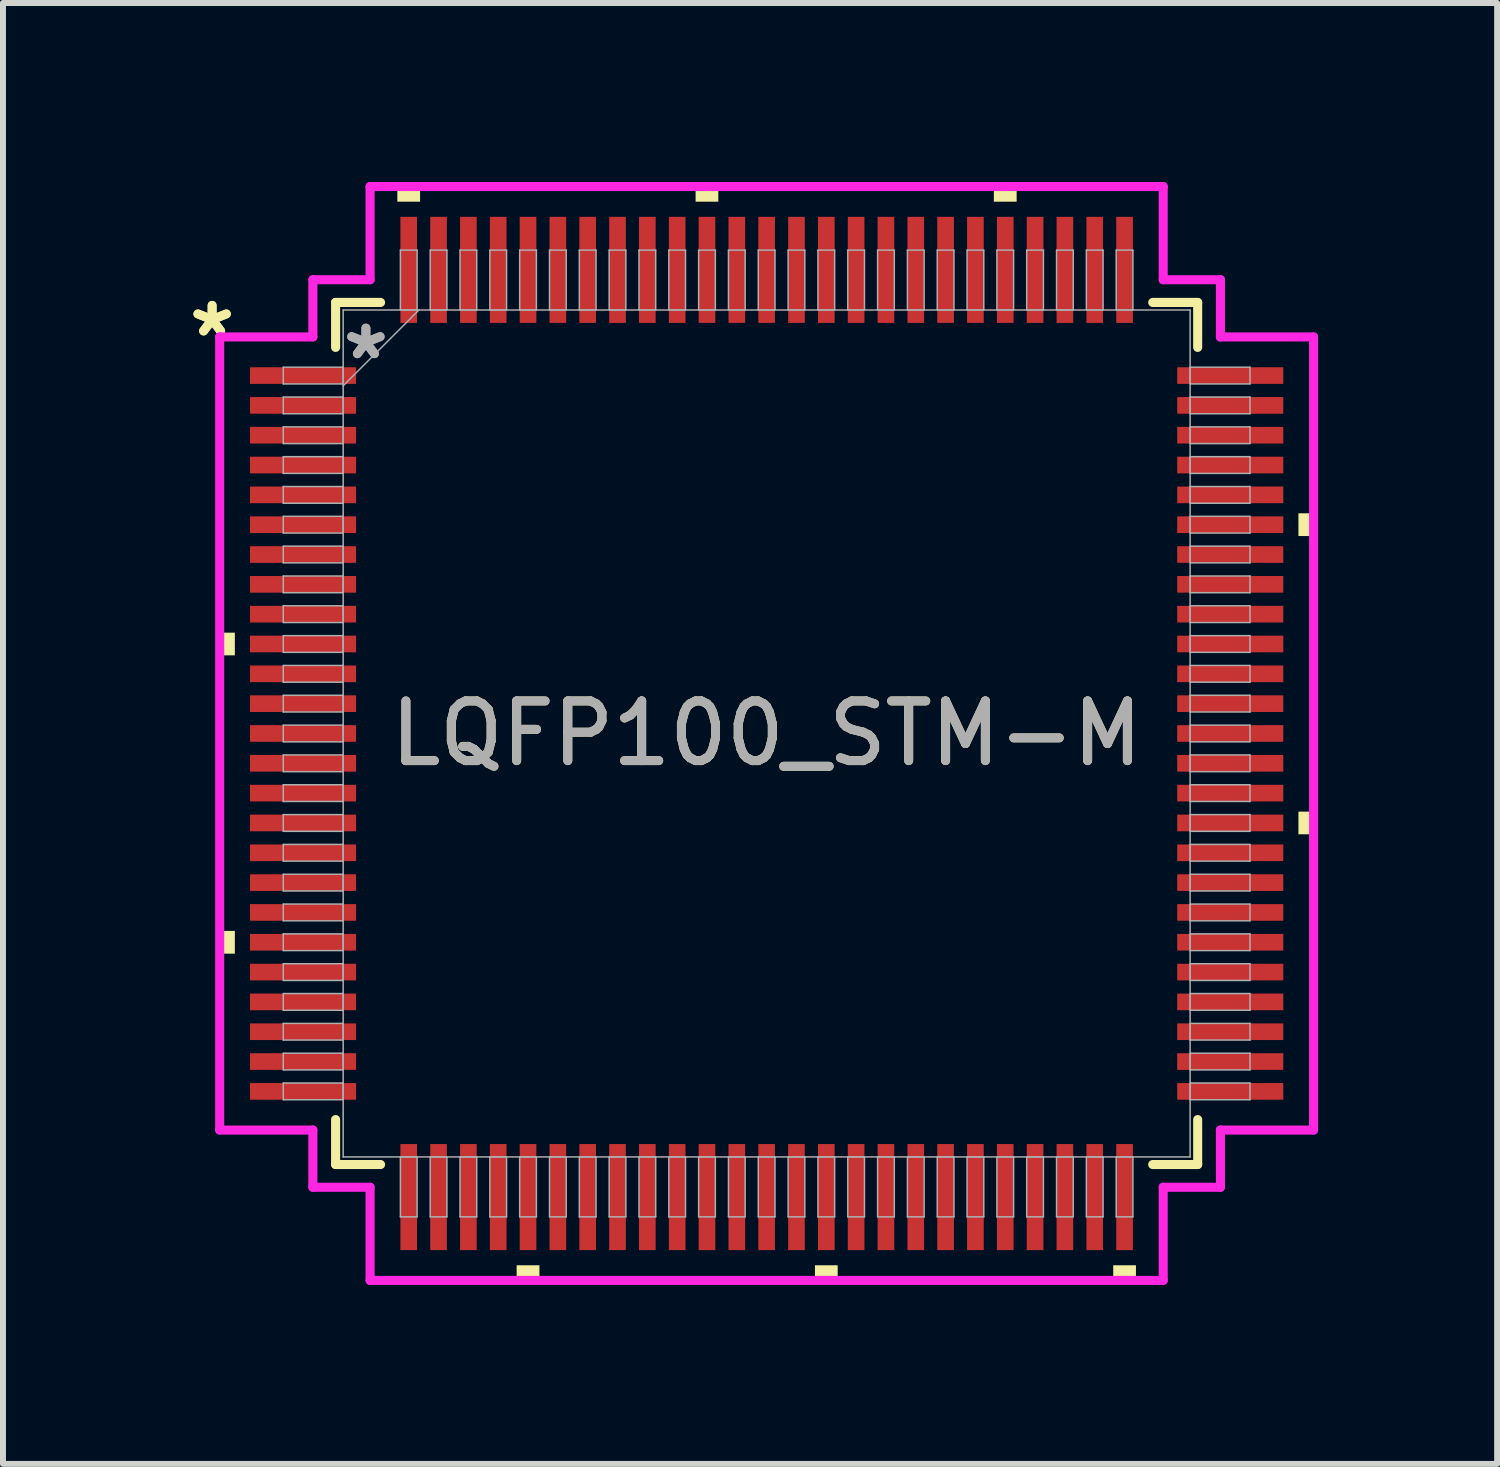
<source format=kicad_pcb>
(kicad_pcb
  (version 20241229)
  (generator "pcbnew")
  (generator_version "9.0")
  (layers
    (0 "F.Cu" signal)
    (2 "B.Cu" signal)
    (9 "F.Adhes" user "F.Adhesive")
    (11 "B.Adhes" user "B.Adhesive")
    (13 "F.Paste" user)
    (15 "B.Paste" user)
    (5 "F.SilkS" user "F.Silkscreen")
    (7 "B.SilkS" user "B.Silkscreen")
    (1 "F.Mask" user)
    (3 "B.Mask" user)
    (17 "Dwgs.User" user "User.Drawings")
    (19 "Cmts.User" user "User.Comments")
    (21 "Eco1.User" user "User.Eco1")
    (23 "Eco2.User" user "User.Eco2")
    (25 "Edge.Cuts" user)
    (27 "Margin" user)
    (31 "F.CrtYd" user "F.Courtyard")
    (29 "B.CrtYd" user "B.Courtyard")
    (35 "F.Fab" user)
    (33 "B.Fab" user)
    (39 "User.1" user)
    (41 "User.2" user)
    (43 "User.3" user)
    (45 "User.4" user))
  (footprint "LQFP100_STM-M"
    (layer "F.Cu")
    (at 9.802 9.246)
    (property "Reference" "LQFP100_STM-M" (at 0 0 0) (unlocked yes) (layer "F.SilkS") (effects (font (size 1 1) (thickness 0.15))))
    (attr smd)
    (fp_line (start -7.226 -7.226) (end -7.226 -6.472) (stroke (width 0.152) (type solid)) (layer "F.SilkS"))
    (fp_line (start -7.226 6.472) (end -7.226 7.226) (stroke (width 0.152) (type solid)) (layer "F.SilkS"))
    (fp_line (start -7.226 7.226) (end -6.472 7.226) (stroke (width 0.152) (type solid)) (layer "F.SilkS"))
    (fp_line (start -6.472 -7.226) (end -7.226 -7.226) (stroke (width 0.152) (type solid)) (layer "F.SilkS"))
    (fp_line (start 6.472 7.226) (end 7.226 7.226) (stroke (width 0.152) (type solid)) (layer "F.SilkS"))
    (fp_line (start 7.226 -7.226) (end 6.472 -7.226) (stroke (width 0.152) (type solid)) (layer "F.SilkS"))
    (fp_line (start 7.226 -6.472) (end 7.226 -7.226) (stroke (width 0.152) (type solid)) (layer "F.SilkS"))
    (fp_line (start 7.226 7.226) (end 7.226 6.472) (stroke (width 0.152) (type solid)) (layer "F.SilkS"))
    (fp_poly (pts (xy -9.169 -1.69) (xy -9.169 -1.31) (xy -8.915 -1.31) (xy -8.915 -1.69)) (stroke (width 0) (type solid)) (fill yes) (layer "F.SilkS"))
    (fp_poly (pts (xy -9.169 3.31) (xy -9.169 3.691) (xy -8.915 3.691) (xy -8.915 3.31)) (stroke (width 0) (type solid)) (fill yes) (layer "F.SilkS"))
    (fp_poly (pts (xy -6.191 -8.915) (xy -6.191 -9.169) (xy -5.81 -9.169) (xy -5.81 -8.915)) (stroke (width 0) (type solid)) (fill yes) (layer "F.SilkS"))
    (fp_poly (pts (xy -4.191 8.915) (xy -4.191 9.169) (xy -3.809 9.169) (xy -3.809 8.915)) (stroke (width 0) (type solid)) (fill yes) (layer "F.SilkS"))
    (fp_poly (pts (xy -1.191 -8.915) (xy -1.191 -9.169) (xy -0.81 -9.169) (xy -0.81 -8.915)) (stroke (width 0) (type solid)) (fill yes) (layer "F.SilkS"))
    (fp_poly (pts (xy 0.81 8.915) (xy 0.81 9.169) (xy 1.191 9.169) (xy 1.191 8.915)) (stroke (width 0) (type solid)) (fill yes) (layer "F.SilkS"))
    (fp_poly (pts (xy 3.809 -8.915) (xy 3.809 -9.169) (xy 4.191 -9.169) (xy 4.191 -8.915)) (stroke (width 0) (type solid)) (fill yes) (layer "F.SilkS"))
    (fp_poly (pts (xy 5.81 8.915) (xy 5.81 9.169) (xy 6.191 9.169) (xy 6.191 8.915)) (stroke (width 0) (type solid)) (fill yes) (layer "F.SilkS"))
    (fp_poly (pts (xy 9.169 -3.691) (xy 9.169 -3.31) (xy 8.915 -3.31) (xy 8.915 -3.691)) (stroke (width 0) (type solid)) (fill yes) (layer "F.SilkS"))
    (fp_poly (pts (xy 9.169 1.31) (xy 9.169 1.69) (xy 8.915 1.69) (xy 8.915 1.31)) (stroke (width 0) (type solid)) (fill yes) (layer "F.SilkS"))
    (fp_line (start -9.169 -6.648) (end -7.607 -6.648) (stroke (width 0.152) (type solid)) (layer "F.CrtYd"))
    (fp_line (start -9.169 6.648) (end -9.169 -6.648) (stroke (width 0.152) (type solid)) (layer "F.CrtYd"))
    (fp_line (start -7.607 -7.607) (end -6.648 -7.607) (stroke (width 0.152) (type solid)) (layer "F.CrtYd"))
    (fp_line (start -7.607 -6.648) (end -7.607 -7.607) (stroke (width 0.152) (type solid)) (layer "F.CrtYd"))
    (fp_line (start -7.607 6.648) (end -9.169 6.648) (stroke (width 0.152) (type solid)) (layer "F.CrtYd"))
    (fp_line (start -7.607 7.607) (end -7.607 6.648) (stroke (width 0.152) (type solid)) (layer "F.CrtYd"))
    (fp_line (start -7.607 7.607) (end -6.648 7.607) (stroke (width 0.152) (type solid)) (layer "F.CrtYd"))
    (fp_line (start -6.648 -9.169) (end 6.648 -9.169) (stroke (width 0.152) (type solid)) (layer "F.CrtYd"))
    (fp_line (start -6.648 -7.607) (end -6.648 -9.169) (stroke (width 0.152) (type solid)) (layer "F.CrtYd"))
    (fp_line (start -6.648 7.607) (end -6.648 9.169) (stroke (width 0.152) (type solid)) (layer "F.CrtYd"))
    (fp_line (start -6.648 9.169) (end 6.648 9.169) (stroke (width 0.152) (type solid)) (layer "F.CrtYd"))
    (fp_line (start 6.648 -9.169) (end 6.648 -7.607) (stroke (width 0.152) (type solid)) (layer "F.CrtYd"))
    (fp_line (start 6.648 -7.607) (end 7.607 -7.607) (stroke (width 0.152) (type solid)) (layer "F.CrtYd"))
    (fp_line (start 6.648 7.607) (end 7.607 7.607) (stroke (width 0.152) (type solid)) (layer "F.CrtYd"))
    (fp_line (start 6.648 9.169) (end 6.648 7.607) (stroke (width 0.152) (type solid)) (layer "F.CrtYd"))
    (fp_line (start 7.607 -6.648) (end 7.607 -7.607) (stroke (width 0.152) (type solid)) (layer "F.CrtYd"))
    (fp_line (start 7.607 6.648) (end 9.169 6.648) (stroke (width 0.152) (type solid)) (layer "F.CrtYd"))
    (fp_line (start 7.607 7.607) (end 7.607 6.648) (stroke (width 0.152) (type solid)) (layer "F.CrtYd"))
    (fp_line (start 9.169 -6.648) (end 7.607 -6.648) (stroke (width 0.152) (type solid)) (layer "F.CrtYd"))
    (fp_line (start 9.169 6.648) (end 9.169 -6.648) (stroke (width 0.152) (type solid)) (layer "F.CrtYd"))
    (fp_line (start -8.103 -6.14) (end -8.103 -5.86) (stroke (width 0.025) (type solid)) (layer "F.Fab"))
    (fp_line (start -8.103 -5.86) (end -7.099 -5.86) (stroke (width 0.025) (type solid)) (layer "F.Fab"))
    (fp_line (start -8.103 -5.64) (end -8.103 -5.36) (stroke (width 0.025) (type solid)) (layer "F.Fab"))
    (fp_line (start -8.103 -5.36) (end -7.099 -5.36) (stroke (width 0.025) (type solid)) (layer "F.Fab"))
    (fp_line (start -8.103 -5.14) (end -8.103 -4.86) (stroke (width 0.025) (type solid)) (layer "F.Fab"))
    (fp_line (start -8.103 -4.86) (end -7.099 -4.86) (stroke (width 0.025) (type solid)) (layer "F.Fab"))
    (fp_line (start -8.103 -4.64) (end -8.103 -4.36) (stroke (width 0.025) (type solid)) (layer "F.Fab"))
    (fp_line (start -8.103 -4.36) (end -7.099 -4.36) (stroke (width 0.025) (type solid)) (layer "F.Fab"))
    (fp_line (start -8.103 -4.14) (end -8.103 -3.86) (stroke (width 0.025) (type solid)) (layer "F.Fab"))
    (fp_line (start -8.103 -3.86) (end -7.099 -3.86) (stroke (width 0.025) (type solid)) (layer "F.Fab"))
    (fp_line (start -8.103 -3.64) (end -8.103 -3.36) (stroke (width 0.025) (type solid)) (layer "F.Fab"))
    (fp_line (start -8.103 -3.36) (end -7.099 -3.36) (stroke (width 0.025) (type solid)) (layer "F.Fab"))
    (fp_line (start -8.103 -3.14) (end -8.103 -2.86) (stroke (width 0.025) (type solid)) (layer "F.Fab"))
    (fp_line (start -8.103 -2.86) (end -7.099 -2.86) (stroke (width 0.025) (type solid)) (layer "F.Fab"))
    (fp_line (start -8.103 -2.64) (end -8.103 -2.36) (stroke (width 0.025) (type solid)) (layer "F.Fab"))
    (fp_line (start -8.103 -2.36) (end -7.099 -2.36) (stroke (width 0.025) (type solid)) (layer "F.Fab"))
    (fp_line (start -8.103 -2.14) (end -8.103 -1.86) (stroke (width 0.025) (type solid)) (layer "F.Fab"))
    (fp_line (start -8.103 -1.86) (end -7.099 -1.86) (stroke (width 0.025) (type solid)) (layer "F.Fab"))
    (fp_line (start -8.103 -1.64) (end -8.103 -1.36) (stroke (width 0.025) (type solid)) (layer "F.Fab"))
    (fp_line (start -8.103 -1.36) (end -7.099 -1.36) (stroke (width 0.025) (type solid)) (layer "F.Fab"))
    (fp_line (start -8.103 -1.14) (end -8.103 -0.86) (stroke (width 0.025) (type solid)) (layer "F.Fab"))
    (fp_line (start -8.103 -0.86) (end -7.099 -0.86) (stroke (width 0.025) (type solid)) (layer "F.Fab"))
    (fp_line (start -8.103 -0.64) (end -8.103 -0.36) (stroke (width 0.025) (type solid)) (layer "F.Fab"))
    (fp_line (start -8.103 -0.36) (end -7.099 -0.36) (stroke (width 0.025) (type solid)) (layer "F.Fab"))
    (fp_line (start -8.103 -0.14) (end -8.103 0.14) (stroke (width 0.025) (type solid)) (layer "F.Fab"))
    (fp_line (start -8.103 0.14) (end -7.099 0.14) (stroke (width 0.025) (type solid)) (layer "F.Fab"))
    (fp_line (start -8.103 0.36) (end -8.103 0.64) (stroke (width 0.025) (type solid)) (layer "F.Fab"))
    (fp_line (start -8.103 0.64) (end -7.099 0.64) (stroke (width 0.025) (type solid)) (layer "F.Fab"))
    (fp_line (start -8.103 0.86) (end -8.103 1.14) (stroke (width 0.025) (type solid)) (layer "F.Fab"))
    (fp_line (start -8.103 1.14) (end -7.099 1.14) (stroke (width 0.025) (type solid)) (layer "F.Fab"))
    (fp_line (start -8.103 1.36) (end -8.103 1.64) (stroke (width 0.025) (type solid)) (layer "F.Fab"))
    (fp_line (start -8.103 1.64) (end -7.099 1.64) (stroke (width 0.025) (type solid)) (layer "F.Fab"))
    (fp_line (start -8.103 1.86) (end -8.103 2.14) (stroke (width 0.025) (type solid)) (layer "F.Fab"))
    (fp_line (start -8.103 2.14) (end -7.099 2.14) (stroke (width 0.025) (type solid)) (layer "F.Fab"))
    (fp_line (start -8.103 2.36) (end -8.103 2.64) (stroke (width 0.025) (type solid)) (layer "F.Fab"))
    (fp_line (start -8.103 2.64) (end -7.099 2.64) (stroke (width 0.025) (type solid)) (layer "F.Fab"))
    (fp_line (start -8.103 2.86) (end -8.103 3.14) (stroke (width 0.025) (type solid)) (layer "F.Fab"))
    (fp_line (start -8.103 3.14) (end -7.099 3.14) (stroke (width 0.025) (type solid)) (layer "F.Fab"))
    (fp_line (start -8.103 3.36) (end -8.103 3.64) (stroke (width 0.025) (type solid)) (layer "F.Fab"))
    (fp_line (start -8.103 3.64) (end -7.099 3.64) (stroke (width 0.025) (type solid)) (layer "F.Fab"))
    (fp_line (start -8.103 3.86) (end -8.103 4.14) (stroke (width 0.025) (type solid)) (layer "F.Fab"))
    (fp_line (start -8.103 4.14) (end -7.099 4.14) (stroke (width 0.025) (type solid)) (layer "F.Fab"))
    (fp_line (start -8.103 4.36) (end -8.103 4.64) (stroke (width 0.025) (type solid)) (layer "F.Fab"))
    (fp_line (start -8.103 4.64) (end -7.099 4.64) (stroke (width 0.025) (type solid)) (layer "F.Fab"))
    (fp_line (start -8.103 4.86) (end -8.103 5.14) (stroke (width 0.025) (type solid)) (layer "F.Fab"))
    (fp_line (start -8.103 5.14) (end -7.099 5.14) (stroke (width 0.025) (type solid)) (layer "F.Fab"))
    (fp_line (start -8.103 5.36) (end -8.103 5.64) (stroke (width 0.025) (type solid)) (layer "F.Fab"))
    (fp_line (start -8.103 5.64) (end -7.099 5.64) (stroke (width 0.025) (type solid)) (layer "F.Fab"))
    (fp_line (start -8.103 5.86) (end -8.103 6.14) (stroke (width 0.025) (type solid)) (layer "F.Fab"))
    (fp_line (start -8.103 6.14) (end -7.099 6.14) (stroke (width 0.025) (type solid)) (layer "F.Fab"))
    (fp_line (start -7.099 -7.099) (end -7.099 7.099) (stroke (width 0.025) (type solid)) (layer "F.Fab"))
    (fp_line (start -7.099 -6.14) (end -8.103 -6.14) (stroke (width 0.025) (type solid)) (layer "F.Fab"))
    (fp_line (start -7.099 -5.86) (end -7.099 -6.14) (stroke (width 0.025) (type solid)) (layer "F.Fab"))
    (fp_line (start -7.099 -5.829) (end -5.829 -7.099) (stroke (width 0.025) (type solid)) (layer "F.Fab"))
    (fp_line (start -7.099 -5.64) (end -8.103 -5.64) (stroke (width 0.025) (type solid)) (layer "F.Fab"))
    (fp_line (start -7.099 -5.36) (end -7.099 -5.64) (stroke (width 0.025) (type solid)) (layer "F.Fab"))
    (fp_line (start -7.099 -5.14) (end -8.103 -5.14) (stroke (width 0.025) (type solid)) (layer "F.Fab"))
    (fp_line (start -7.099 -4.86) (end -7.099 -5.14) (stroke (width 0.025) (type solid)) (layer "F.Fab"))
    (fp_line (start -7.099 -4.64) (end -8.103 -4.64) (stroke (width 0.025) (type solid)) (layer "F.Fab"))
    (fp_line (start -7.099 -4.36) (end -7.099 -4.64) (stroke (width 0.025) (type solid)) (layer "F.Fab"))
    (fp_line (start -7.099 -4.14) (end -8.103 -4.14) (stroke (width 0.025) (type solid)) (layer "F.Fab"))
    (fp_line (start -7.099 -3.86) (end -7.099 -4.14) (stroke (width 0.025) (type solid)) (layer "F.Fab"))
    (fp_line (start -7.099 -3.64) (end -8.103 -3.64) (stroke (width 0.025) (type solid)) (layer "F.Fab"))
    (fp_line (start -7.099 -3.36) (end -7.099 -3.64) (stroke (width 0.025) (type solid)) (layer "F.Fab"))
    (fp_line (start -7.099 -3.14) (end -8.103 -3.14) (stroke (width 0.025) (type solid)) (layer "F.Fab"))
    (fp_line (start -7.099 -2.86) (end -7.099 -3.14) (stroke (width 0.025) (type solid)) (layer "F.Fab"))
    (fp_line (start -7.099 -2.64) (end -8.103 -2.64) (stroke (width 0.025) (type solid)) (layer "F.Fab"))
    (fp_line (start -7.099 -2.36) (end -7.099 -2.64) (stroke (width 0.025) (type solid)) (layer "F.Fab"))
    (fp_line (start -7.099 -2.14) (end -8.103 -2.14) (stroke (width 0.025) (type solid)) (layer "F.Fab"))
    (fp_line (start -7.099 -1.86) (end -7.099 -2.14) (stroke (width 0.025) (type solid)) (layer "F.Fab"))
    (fp_line (start -7.099 -1.64) (end -8.103 -1.64) (stroke (width 0.025) (type solid)) (layer "F.Fab"))
    (fp_line (start -7.099 -1.36) (end -7.099 -1.64) (stroke (width 0.025) (type solid)) (layer "F.Fab"))
    (fp_line (start -7.099 -1.14) (end -8.103 -1.14) (stroke (width 0.025) (type solid)) (layer "F.Fab"))
    (fp_line (start -7.099 -0.86) (end -7.099 -1.14) (stroke (width 0.025) (type solid)) (layer "F.Fab"))
    (fp_line (start -7.099 -0.64) (end -8.103 -0.64) (stroke (width 0.025) (type solid)) (layer "F.Fab"))
    (fp_line (start -7.099 -0.36) (end -7.099 -0.64) (stroke (width 0.025) (type solid)) (layer "F.Fab"))
    (fp_line (start -7.099 -0.14) (end -8.103 -0.14) (stroke (width 0.025) (type solid)) (layer "F.Fab"))
    (fp_line (start -7.099 0.14) (end -7.099 -0.14) (stroke (width 0.025) (type solid)) (layer "F.Fab"))
    (fp_line (start -7.099 0.36) (end -8.103 0.36) (stroke (width 0.025) (type solid)) (layer "F.Fab"))
    (fp_line (start -7.099 0.64) (end -7.099 0.36) (stroke (width 0.025) (type solid)) (layer "F.Fab"))
    (fp_line (start -7.099 0.86) (end -8.103 0.86) (stroke (width 0.025) (type solid)) (layer "F.Fab"))
    (fp_line (start -7.099 1.14) (end -7.099 0.86) (stroke (width 0.025) (type solid)) (layer "F.Fab"))
    (fp_line (start -7.099 1.36) (end -8.103 1.36) (stroke (width 0.025) (type solid)) (layer "F.Fab"))
    (fp_line (start -7.099 1.64) (end -7.099 1.36) (stroke (width 0.025) (type solid)) (layer "F.Fab"))
    (fp_line (start -7.099 1.86) (end -8.103 1.86) (stroke (width 0.025) (type solid)) (layer "F.Fab"))
    (fp_line (start -7.099 2.14) (end -7.099 1.86) (stroke (width 0.025) (type solid)) (layer "F.Fab"))
    (fp_line (start -7.099 2.36) (end -8.103 2.36) (stroke (width 0.025) (type solid)) (layer "F.Fab"))
    (fp_line (start -7.099 2.64) (end -7.099 2.36) (stroke (width 0.025) (type solid)) (layer "F.Fab"))
    (fp_line (start -7.099 2.86) (end -8.103 2.86) (stroke (width 0.025) (type solid)) (layer "F.Fab"))
    (fp_line (start -7.099 3.14) (end -7.099 2.86) (stroke (width 0.025) (type solid)) (layer "F.Fab"))
    (fp_line (start -7.099 3.36) (end -8.103 3.36) (stroke (width 0.025) (type solid)) (layer "F.Fab"))
    (fp_line (start -7.099 3.64) (end -7.099 3.36) (stroke (width 0.025) (type solid)) (layer "F.Fab"))
    (fp_line (start -7.099 3.86) (end -8.103 3.86) (stroke (width 0.025) (type solid)) (layer "F.Fab"))
    (fp_line (start -7.099 4.14) (end -7.099 3.86) (stroke (width 0.025) (type solid)) (layer "F.Fab"))
    (fp_line (start -7.099 4.36) (end -8.103 4.36) (stroke (width 0.025) (type solid)) (layer "F.Fab"))
    (fp_line (start -7.099 4.64) (end -7.099 4.36) (stroke (width 0.025) (type solid)) (layer "F.Fab"))
    (fp_line (start -7.099 4.86) (end -8.103 4.86) (stroke (width 0.025) (type solid)) (layer "F.Fab"))
    (fp_line (start -7.099 5.14) (end -7.099 4.86) (stroke (width 0.025) (type solid)) (layer "F.Fab"))
    (fp_line (start -7.099 5.36) (end -8.103 5.36) (stroke (width 0.025) (type solid)) (layer "F.Fab"))
    (fp_line (start -7.099 5.64) (end -7.099 5.36) (stroke (width 0.025) (type solid)) (layer "F.Fab"))
    (fp_line (start -7.099 5.86) (end -8.103 5.86) (stroke (width 0.025) (type solid)) (layer "F.Fab"))
    (fp_line (start -7.099 6.14) (end -7.099 5.86) (stroke (width 0.025) (type solid)) (layer "F.Fab"))
    (fp_line (start -7.099 7.099) (end 7.099 7.099) (stroke (width 0.025) (type solid)) (layer "F.Fab"))
    (fp_line (start -6.14 -8.103) (end -6.14 -7.099) (stroke (width 0.025) (type solid)) (layer "F.Fab"))
    (fp_line (start -6.14 -7.099) (end -5.86 -7.099) (stroke (width 0.025) (type solid)) (layer "F.Fab"))
    (fp_line (start -6.14 7.099) (end -6.14 8.103) (stroke (width 0.025) (type solid)) (layer "F.Fab"))
    (fp_line (start -6.14 8.103) (end -5.86 8.103) (stroke (width 0.025) (type solid)) (layer "F.Fab"))
    (fp_line (start -5.86 -8.103) (end -6.14 -8.103) (stroke (width 0.025) (type solid)) (layer "F.Fab"))
    (fp_line (start -5.86 -7.099) (end -5.86 -8.103) (stroke (width 0.025) (type solid)) (layer "F.Fab"))
    (fp_line (start -5.86 7.099) (end -6.14 7.099) (stroke (width 0.025) (type solid)) (layer "F.Fab"))
    (fp_line (start -5.86 8.103) (end -5.86 7.099) (stroke (width 0.025) (type solid)) (layer "F.Fab"))
    (fp_line (start -5.64 -8.103) (end -5.64 -7.099) (stroke (width 0.025) (type solid)) (layer "F.Fab"))
    (fp_line (start -5.64 -7.099) (end -5.36 -7.099) (stroke (width 0.025) (type solid)) (layer "F.Fab"))
    (fp_line (start -5.64 7.099) (end -5.64 8.103) (stroke (width 0.025) (type solid)) (layer "F.Fab"))
    (fp_line (start -5.64 8.103) (end -5.36 8.103) (stroke (width 0.025) (type solid)) (layer "F.Fab"))
    (fp_line (start -5.36 -8.103) (end -5.64 -8.103) (stroke (width 0.025) (type solid)) (layer "F.Fab"))
    (fp_line (start -5.36 -7.099) (end -5.36 -8.103) (stroke (width 0.025) (type solid)) (layer "F.Fab"))
    (fp_line (start -5.36 7.099) (end -5.64 7.099) (stroke (width 0.025) (type solid)) (layer "F.Fab"))
    (fp_line (start -5.36 8.103) (end -5.36 7.099) (stroke (width 0.025) (type solid)) (layer "F.Fab"))
    (fp_line (start -5.14 -8.103) (end -5.14 -7.099) (stroke (width 0.025) (type solid)) (layer "F.Fab"))
    (fp_line (start -5.14 -7.099) (end -4.86 -7.099) (stroke (width 0.025) (type solid)) (layer "F.Fab"))
    (fp_line (start -5.14 7.099) (end -5.14 8.103) (stroke (width 0.025) (type solid)) (layer "F.Fab"))
    (fp_line (start -5.14 8.103) (end -4.86 8.103) (stroke (width 0.025) (type solid)) (layer "F.Fab"))
    (fp_line (start -4.86 -8.103) (end -5.14 -8.103) (stroke (width 0.025) (type solid)) (layer "F.Fab"))
    (fp_line (start -4.86 -7.099) (end -4.86 -8.103) (stroke (width 0.025) (type solid)) (layer "F.Fab"))
    (fp_line (start -4.86 7.099) (end -5.14 7.099) (stroke (width 0.025) (type solid)) (layer "F.Fab"))
    (fp_line (start -4.86 8.103) (end -4.86 7.099) (stroke (width 0.025) (type solid)) (layer "F.Fab"))
    (fp_line (start -4.64 -8.103) (end -4.64 -7.099) (stroke (width 0.025) (type solid)) (layer "F.Fab"))
    (fp_line (start -4.64 -7.099) (end -4.36 -7.099) (stroke (width 0.025) (type solid)) (layer "F.Fab"))
    (fp_line (start -4.64 7.099) (end -4.64 8.103) (stroke (width 0.025) (type solid)) (layer "F.Fab"))
    (fp_line (start -4.64 8.103) (end -4.36 8.103) (stroke (width 0.025) (type solid)) (layer "F.Fab"))
    (fp_line (start -4.36 -8.103) (end -4.64 -8.103) (stroke (width 0.025) (type solid)) (layer "F.Fab"))
    (fp_line (start -4.36 -7.099) (end -4.36 -8.103) (stroke (width 0.025) (type solid)) (layer "F.Fab"))
    (fp_line (start -4.36 7.099) (end -4.64 7.099) (stroke (width 0.025) (type solid)) (layer "F.Fab"))
    (fp_line (start -4.36 8.103) (end -4.36 7.099) (stroke (width 0.025) (type solid)) (layer "F.Fab"))
    (fp_line (start -4.14 -8.103) (end -4.14 -7.099) (stroke (width 0.025) (type solid)) (layer "F.Fab"))
    (fp_line (start -4.14 -7.099) (end -3.86 -7.099) (stroke (width 0.025) (type solid)) (layer "F.Fab"))
    (fp_line (start -4.14 7.099) (end -4.14 8.103) (stroke (width 0.025) (type solid)) (layer "F.Fab"))
    (fp_line (start -4.14 8.103) (end -3.86 8.103) (stroke (width 0.025) (type solid)) (layer "F.Fab"))
    (fp_line (start -3.86 -8.103) (end -4.14 -8.103) (stroke (width 0.025) (type solid)) (layer "F.Fab"))
    (fp_line (start -3.86 -7.099) (end -3.86 -8.103) (stroke (width 0.025) (type solid)) (layer "F.Fab"))
    (fp_line (start -3.86 7.099) (end -4.14 7.099) (stroke (width 0.025) (type solid)) (layer "F.Fab"))
    (fp_line (start -3.86 8.103) (end -3.86 7.099) (stroke (width 0.025) (type solid)) (layer "F.Fab"))
    (fp_line (start -3.64 -8.103) (end -3.64 -7.099) (stroke (width 0.025) (type solid)) (layer "F.Fab"))
    (fp_line (start -3.64 -7.099) (end -3.36 -7.099) (stroke (width 0.025) (type solid)) (layer "F.Fab"))
    (fp_line (start -3.64 7.099) (end -3.64 8.103) (stroke (width 0.025) (type solid)) (layer "F.Fab"))
    (fp_line (start -3.64 8.103) (end -3.36 8.103) (stroke (width 0.025) (type solid)) (layer "F.Fab"))
    (fp_line (start -3.36 -8.103) (end -3.64 -8.103) (stroke (width 0.025) (type solid)) (layer "F.Fab"))
    (fp_line (start -3.36 -7.099) (end -3.36 -8.103) (stroke (width 0.025) (type solid)) (layer "F.Fab"))
    (fp_line (start -3.36 7.099) (end -3.64 7.099) (stroke (width 0.025) (type solid)) (layer "F.Fab"))
    (fp_line (start -3.36 8.103) (end -3.36 7.099) (stroke (width 0.025) (type solid)) (layer "F.Fab"))
    (fp_line (start -3.14 -8.103) (end -3.14 -7.099) (stroke (width 0.025) (type solid)) (layer "F.Fab"))
    (fp_line (start -3.14 -7.099) (end -2.86 -7.099) (stroke (width 0.025) (type solid)) (layer "F.Fab"))
    (fp_line (start -3.14 7.099) (end -3.14 8.103) (stroke (width 0.025) (type solid)) (layer "F.Fab"))
    (fp_line (start -3.14 8.103) (end -2.86 8.103) (stroke (width 0.025) (type solid)) (layer "F.Fab"))
    (fp_line (start -2.86 -8.103) (end -3.14 -8.103) (stroke (width 0.025) (type solid)) (layer "F.Fab"))
    (fp_line (start -2.86 -7.099) (end -2.86 -8.103) (stroke (width 0.025) (type solid)) (layer "F.Fab"))
    (fp_line (start -2.86 7.099) (end -3.14 7.099) (stroke (width 0.025) (type solid)) (layer "F.Fab"))
    (fp_line (start -2.86 8.103) (end -2.86 7.099) (stroke (width 0.025) (type solid)) (layer "F.Fab"))
    (fp_line (start -2.64 -8.103) (end -2.64 -7.099) (stroke (width 0.025) (type solid)) (layer "F.Fab"))
    (fp_line (start -2.64 -7.099) (end -2.36 -7.099) (stroke (width 0.025) (type solid)) (layer "F.Fab"))
    (fp_line (start -2.64 7.099) (end -2.64 8.103) (stroke (width 0.025) (type solid)) (layer "F.Fab"))
    (fp_line (start -2.64 8.103) (end -2.36 8.103) (stroke (width 0.025) (type solid)) (layer "F.Fab"))
    (fp_line (start -2.36 -8.103) (end -2.64 -8.103) (stroke (width 0.025) (type solid)) (layer "F.Fab"))
    (fp_line (start -2.36 -7.099) (end -2.36 -8.103) (stroke (width 0.025) (type solid)) (layer "F.Fab"))
    (fp_line (start -2.36 7.099) (end -2.64 7.099) (stroke (width 0.025) (type solid)) (layer "F.Fab"))
    (fp_line (start -2.36 8.103) (end -2.36 7.099) (stroke (width 0.025) (type solid)) (layer "F.Fab"))
    (fp_line (start -2.14 -8.103) (end -2.14 -7.099) (stroke (width 0.025) (type solid)) (layer "F.Fab"))
    (fp_line (start -2.14 -7.099) (end -1.86 -7.099) (stroke (width 0.025) (type solid)) (layer "F.Fab"))
    (fp_line (start -2.14 7.099) (end -2.14 8.103) (stroke (width 0.025) (type solid)) (layer "F.Fab"))
    (fp_line (start -2.14 8.103) (end -1.86 8.103) (stroke (width 0.025) (type solid)) (layer "F.Fab"))
    (fp_line (start -1.86 -8.103) (end -2.14 -8.103) (stroke (width 0.025) (type solid)) (layer "F.Fab"))
    (fp_line (start -1.86 -7.099) (end -1.86 -8.103) (stroke (width 0.025) (type solid)) (layer "F.Fab"))
    (fp_line (start -1.86 7.099) (end -2.14 7.099) (stroke (width 0.025) (type solid)) (layer "F.Fab"))
    (fp_line (start -1.86 8.103) (end -1.86 7.099) (stroke (width 0.025) (type solid)) (layer "F.Fab"))
    (fp_line (start -1.64 -8.103) (end -1.64 -7.099) (stroke (width 0.025) (type solid)) (layer "F.Fab"))
    (fp_line (start -1.64 -7.099) (end -1.36 -7.099) (stroke (width 0.025) (type solid)) (layer "F.Fab"))
    (fp_line (start -1.64 7.099) (end -1.64 8.103) (stroke (width 0.025) (type solid)) (layer "F.Fab"))
    (fp_line (start -1.64 8.103) (end -1.36 8.103) (stroke (width 0.025) (type solid)) (layer "F.Fab"))
    (fp_line (start -1.36 -8.103) (end -1.64 -8.103) (stroke (width 0.025) (type solid)) (layer "F.Fab"))
    (fp_line (start -1.36 -7.099) (end -1.36 -8.103) (stroke (width 0.025) (type solid)) (layer "F.Fab"))
    (fp_line (start -1.36 7.099) (end -1.64 7.099) (stroke (width 0.025) (type solid)) (layer "F.Fab"))
    (fp_line (start -1.36 8.103) (end -1.36 7.099) (stroke (width 0.025) (type solid)) (layer "F.Fab"))
    (fp_line (start -1.14 -8.103) (end -1.14 -7.099) (stroke (width 0.025) (type solid)) (layer "F.Fab"))
    (fp_line (start -1.14 -7.099) (end -0.86 -7.099) (stroke (width 0.025) (type solid)) (layer "F.Fab"))
    (fp_line (start -1.14 7.099) (end -1.14 8.103) (stroke (width 0.025) (type solid)) (layer "F.Fab"))
    (fp_line (start -1.14 8.103) (end -0.86 8.103) (stroke (width 0.025) (type solid)) (layer "F.Fab"))
    (fp_line (start -0.86 -8.103) (end -1.14 -8.103) (stroke (width 0.025) (type solid)) (layer "F.Fab"))
    (fp_line (start -0.86 -7.099) (end -0.86 -8.103) (stroke (width 0.025) (type solid)) (layer "F.Fab"))
    (fp_line (start -0.86 7.099) (end -1.14 7.099) (stroke (width 0.025) (type solid)) (layer "F.Fab"))
    (fp_line (start -0.86 8.103) (end -0.86 7.099) (stroke (width 0.025) (type solid)) (layer "F.Fab"))
    (fp_line (start -0.64 -8.103) (end -0.64 -7.099) (stroke (width 0.025) (type solid)) (layer "F.Fab"))
    (fp_line (start -0.64 -7.099) (end -0.36 -7.099) (stroke (width 0.025) (type solid)) (layer "F.Fab"))
    (fp_line (start -0.64 7.099) (end -0.64 8.103) (stroke (width 0.025) (type solid)) (layer "F.Fab"))
    (fp_line (start -0.64 8.103) (end -0.36 8.103) (stroke (width 0.025) (type solid)) (layer "F.Fab"))
    (fp_line (start -0.36 -8.103) (end -0.64 -8.103) (stroke (width 0.025) (type solid)) (layer "F.Fab"))
    (fp_line (start -0.36 -7.099) (end -0.36 -8.103) (stroke (width 0.025) (type solid)) (layer "F.Fab"))
    (fp_line (start -0.36 7.099) (end -0.64 7.099) (stroke (width 0.025) (type solid)) (layer "F.Fab"))
    (fp_line (start -0.36 8.103) (end -0.36 7.099) (stroke (width 0.025) (type solid)) (layer "F.Fab"))
    (fp_line (start -0.14 -8.103) (end -0.14 -7.099) (stroke (width 0.025) (type solid)) (layer "F.Fab"))
    (fp_line (start -0.14 -7.099) (end 0.14 -7.099) (stroke (width 0.025) (type solid)) (layer "F.Fab"))
    (fp_line (start -0.14 7.099) (end -0.14 8.103) (stroke (width 0.025) (type solid)) (layer "F.Fab"))
    (fp_line (start -0.14 8.103) (end 0.14 8.103) (stroke (width 0.025) (type solid)) (layer "F.Fab"))
    (fp_line (start 0.14 -8.103) (end -0.14 -8.103) (stroke (width 0.025) (type solid)) (layer "F.Fab"))
    (fp_line (start 0.14 -7.099) (end 0.14 -8.103) (stroke (width 0.025) (type solid)) (layer "F.Fab"))
    (fp_line (start 0.14 7.099) (end -0.14 7.099) (stroke (width 0.025) (type solid)) (layer "F.Fab"))
    (fp_line (start 0.14 8.103) (end 0.14 7.099) (stroke (width 0.025) (type solid)) (layer "F.Fab"))
    (fp_line (start 0.36 -8.103) (end 0.36 -7.099) (stroke (width 0.025) (type solid)) (layer "F.Fab"))
    (fp_line (start 0.36 -7.099) (end 0.64 -7.099) (stroke (width 0.025) (type solid)) (layer "F.Fab"))
    (fp_line (start 0.36 7.099) (end 0.36 8.103) (stroke (width 0.025) (type solid)) (layer "F.Fab"))
    (fp_line (start 0.36 8.103) (end 0.64 8.103) (stroke (width 0.025) (type solid)) (layer "F.Fab"))
    (fp_line (start 0.64 -8.103) (end 0.36 -8.103) (stroke (width 0.025) (type solid)) (layer "F.Fab"))
    (fp_line (start 0.64 -7.099) (end 0.64 -8.103) (stroke (width 0.025) (type solid)) (layer "F.Fab"))
    (fp_line (start 0.64 7.099) (end 0.36 7.099) (stroke (width 0.025) (type solid)) (layer "F.Fab"))
    (fp_line (start 0.64 8.103) (end 0.64 7.099) (stroke (width 0.025) (type solid)) (layer "F.Fab"))
    (fp_line (start 0.86 -8.103) (end 0.86 -7.099) (stroke (width 0.025) (type solid)) (layer "F.Fab"))
    (fp_line (start 0.86 -7.099) (end 1.14 -7.099) (stroke (width 0.025) (type solid)) (layer "F.Fab"))
    (fp_line (start 0.86 7.099) (end 0.86 8.103) (stroke (width 0.025) (type solid)) (layer "F.Fab"))
    (fp_line (start 0.86 8.103) (end 1.14 8.103) (stroke (width 0.025) (type solid)) (layer "F.Fab"))
    (fp_line (start 1.14 -8.103) (end 0.86 -8.103) (stroke (width 0.025) (type solid)) (layer "F.Fab"))
    (fp_line (start 1.14 -7.099) (end 1.14 -8.103) (stroke (width 0.025) (type solid)) (layer "F.Fab"))
    (fp_line (start 1.14 7.099) (end 0.86 7.099) (stroke (width 0.025) (type solid)) (layer "F.Fab"))
    (fp_line (start 1.14 8.103) (end 1.14 7.099) (stroke (width 0.025) (type solid)) (layer "F.Fab"))
    (fp_line (start 1.36 -8.103) (end 1.36 -7.099) (stroke (width 0.025) (type solid)) (layer "F.Fab"))
    (fp_line (start 1.36 -7.099) (end 1.64 -7.099) (stroke (width 0.025) (type solid)) (layer "F.Fab"))
    (fp_line (start 1.36 7.099) (end 1.36 8.103) (stroke (width 0.025) (type solid)) (layer "F.Fab"))
    (fp_line (start 1.36 8.103) (end 1.64 8.103) (stroke (width 0.025) (type solid)) (layer "F.Fab"))
    (fp_line (start 1.64 -8.103) (end 1.36 -8.103) (stroke (width 0.025) (type solid)) (layer "F.Fab"))
    (fp_line (start 1.64 -7.099) (end 1.64 -8.103) (stroke (width 0.025) (type solid)) (layer "F.Fab"))
    (fp_line (start 1.64 7.099) (end 1.36 7.099) (stroke (width 0.025) (type solid)) (layer "F.Fab"))
    (fp_line (start 1.64 8.103) (end 1.64 7.099) (stroke (width 0.025) (type solid)) (layer "F.Fab"))
    (fp_line (start 1.86 -8.103) (end 1.86 -7.099) (stroke (width 0.025) (type solid)) (layer "F.Fab"))
    (fp_line (start 1.86 -7.099) (end 2.14 -7.099) (stroke (width 0.025) (type solid)) (layer "F.Fab"))
    (fp_line (start 1.86 7.099) (end 1.86 8.103) (stroke (width 0.025) (type solid)) (layer "F.Fab"))
    (fp_line (start 1.86 8.103) (end 2.14 8.103) (stroke (width 0.025) (type solid)) (layer "F.Fab"))
    (fp_line (start 2.14 -8.103) (end 1.86 -8.103) (stroke (width 0.025) (type solid)) (layer "F.Fab"))
    (fp_line (start 2.14 -7.099) (end 2.14 -8.103) (stroke (width 0.025) (type solid)) (layer "F.Fab"))
    (fp_line (start 2.14 7.099) (end 1.86 7.099) (stroke (width 0.025) (type solid)) (layer "F.Fab"))
    (fp_line (start 2.14 8.103) (end 2.14 7.099) (stroke (width 0.025) (type solid)) (layer "F.Fab"))
    (fp_line (start 2.36 -8.103) (end 2.36 -7.099) (stroke (width 0.025) (type solid)) (layer "F.Fab"))
    (fp_line (start 2.36 -7.099) (end 2.64 -7.099) (stroke (width 0.025) (type solid)) (layer "F.Fab"))
    (fp_line (start 2.36 7.099) (end 2.36 8.103) (stroke (width 0.025) (type solid)) (layer "F.Fab"))
    (fp_line (start 2.36 8.103) (end 2.64 8.103) (stroke (width 0.025) (type solid)) (layer "F.Fab"))
    (fp_line (start 2.64 -8.103) (end 2.36 -8.103) (stroke (width 0.025) (type solid)) (layer "F.Fab"))
    (fp_line (start 2.64 -7.099) (end 2.64 -8.103) (stroke (width 0.025) (type solid)) (layer "F.Fab"))
    (fp_line (start 2.64 7.099) (end 2.36 7.099) (stroke (width 0.025) (type solid)) (layer "F.Fab"))
    (fp_line (start 2.64 8.103) (end 2.64 7.099) (stroke (width 0.025) (type solid)) (layer "F.Fab"))
    (fp_line (start 2.86 -8.103) (end 2.86 -7.099) (stroke (width 0.025) (type solid)) (layer "F.Fab"))
    (fp_line (start 2.86 -7.099) (end 3.14 -7.099) (stroke (width 0.025) (type solid)) (layer "F.Fab"))
    (fp_line (start 2.86 7.099) (end 2.86 8.103) (stroke (width 0.025) (type solid)) (layer "F.Fab"))
    (fp_line (start 2.86 8.103) (end 3.14 8.103) (stroke (width 0.025) (type solid)) (layer "F.Fab"))
    (fp_line (start 3.14 -8.103) (end 2.86 -8.103) (stroke (width 0.025) (type solid)) (layer "F.Fab"))
    (fp_line (start 3.14 -7.099) (end 3.14 -8.103) (stroke (width 0.025) (type solid)) (layer "F.Fab"))
    (fp_line (start 3.14 7.099) (end 2.86 7.099) (stroke (width 0.025) (type solid)) (layer "F.Fab"))
    (fp_line (start 3.14 8.103) (end 3.14 7.099) (stroke (width 0.025) (type solid)) (layer "F.Fab"))
    (fp_line (start 3.36 -8.103) (end 3.36 -7.099) (stroke (width 0.025) (type solid)) (layer "F.Fab"))
    (fp_line (start 3.36 -7.099) (end 3.64 -7.099) (stroke (width 0.025) (type solid)) (layer "F.Fab"))
    (fp_line (start 3.36 7.099) (end 3.36 8.103) (stroke (width 0.025) (type solid)) (layer "F.Fab"))
    (fp_line (start 3.36 8.103) (end 3.64 8.103) (stroke (width 0.025) (type solid)) (layer "F.Fab"))
    (fp_line (start 3.64 -8.103) (end 3.36 -8.103) (stroke (width 0.025) (type solid)) (layer "F.Fab"))
    (fp_line (start 3.64 -7.099) (end 3.64 -8.103) (stroke (width 0.025) (type solid)) (layer "F.Fab"))
    (fp_line (start 3.64 7.099) (end 3.36 7.099) (stroke (width 0.025) (type solid)) (layer "F.Fab"))
    (fp_line (start 3.64 8.103) (end 3.64 7.099) (stroke (width 0.025) (type solid)) (layer "F.Fab"))
    (fp_line (start 3.86 -8.103) (end 3.86 -7.099) (stroke (width 0.025) (type solid)) (layer "F.Fab"))
    (fp_line (start 3.86 -7.099) (end 4.14 -7.099) (stroke (width 0.025) (type solid)) (layer "F.Fab"))
    (fp_line (start 3.86 7.099) (end 3.86 8.103) (stroke (width 0.025) (type solid)) (layer "F.Fab"))
    (fp_line (start 3.86 8.103) (end 4.14 8.103) (stroke (width 0.025) (type solid)) (layer "F.Fab"))
    (fp_line (start 4.14 -8.103) (end 3.86 -8.103) (stroke (width 0.025) (type solid)) (layer "F.Fab"))
    (fp_line (start 4.14 -7.099) (end 4.14 -8.103) (stroke (width 0.025) (type solid)) (layer "F.Fab"))
    (fp_line (start 4.14 7.099) (end 3.86 7.099) (stroke (width 0.025) (type solid)) (layer "F.Fab"))
    (fp_line (start 4.14 8.103) (end 4.14 7.099) (stroke (width 0.025) (type solid)) (layer "F.Fab"))
    (fp_line (start 4.36 -8.103) (end 4.36 -7.099) (stroke (width 0.025) (type solid)) (layer "F.Fab"))
    (fp_line (start 4.36 -7.099) (end 4.64 -7.099) (stroke (width 0.025) (type solid)) (layer "F.Fab"))
    (fp_line (start 4.36 7.099) (end 4.36 8.103) (stroke (width 0.025) (type solid)) (layer "F.Fab"))
    (fp_line (start 4.36 8.103) (end 4.64 8.103) (stroke (width 0.025) (type solid)) (layer "F.Fab"))
    (fp_line (start 4.64 -8.103) (end 4.36 -8.103) (stroke (width 0.025) (type solid)) (layer "F.Fab"))
    (fp_line (start 4.64 -7.099) (end 4.64 -8.103) (stroke (width 0.025) (type solid)) (layer "F.Fab"))
    (fp_line (start 4.64 7.099) (end 4.36 7.099) (stroke (width 0.025) (type solid)) (layer "F.Fab"))
    (fp_line (start 4.64 8.103) (end 4.64 7.099) (stroke (width 0.025) (type solid)) (layer "F.Fab"))
    (fp_line (start 4.86 -8.103) (end 4.86 -7.099) (stroke (width 0.025) (type solid)) (layer "F.Fab"))
    (fp_line (start 4.86 -7.099) (end 5.14 -7.099) (stroke (width 0.025) (type solid)) (layer "F.Fab"))
    (fp_line (start 4.86 7.099) (end 4.86 8.103) (stroke (width 0.025) (type solid)) (layer "F.Fab"))
    (fp_line (start 4.86 8.103) (end 5.14 8.103) (stroke (width 0.025) (type solid)) (layer "F.Fab"))
    (fp_line (start 5.14 -8.103) (end 4.86 -8.103) (stroke (width 0.025) (type solid)) (layer "F.Fab"))
    (fp_line (start 5.14 -7.099) (end 5.14 -8.103) (stroke (width 0.025) (type solid)) (layer "F.Fab"))
    (fp_line (start 5.14 7.099) (end 4.86 7.099) (stroke (width 0.025) (type solid)) (layer "F.Fab"))
    (fp_line (start 5.14 8.103) (end 5.14 7.099) (stroke (width 0.025) (type solid)) (layer "F.Fab"))
    (fp_line (start 5.36 -8.103) (end 5.36 -7.099) (stroke (width 0.025) (type solid)) (layer "F.Fab"))
    (fp_line (start 5.36 -7.099) (end 5.64 -7.099) (stroke (width 0.025) (type solid)) (layer "F.Fab"))
    (fp_line (start 5.36 7.099) (end 5.36 8.103) (stroke (width 0.025) (type solid)) (layer "F.Fab"))
    (fp_line (start 5.36 8.103) (end 5.64 8.103) (stroke (width 0.025) (type solid)) (layer "F.Fab"))
    (fp_line (start 5.64 -8.103) (end 5.36 -8.103) (stroke (width 0.025) (type solid)) (layer "F.Fab"))
    (fp_line (start 5.64 -7.099) (end 5.64 -8.103) (stroke (width 0.025) (type solid)) (layer "F.Fab"))
    (fp_line (start 5.64 7.099) (end 5.36 7.099) (stroke (width 0.025) (type solid)) (layer "F.Fab"))
    (fp_line (start 5.64 8.103) (end 5.64 7.099) (stroke (width 0.025) (type solid)) (layer "F.Fab"))
    (fp_line (start 5.86 -8.103) (end 5.86 -7.099) (stroke (width 0.025) (type solid)) (layer "F.Fab"))
    (fp_line (start 5.86 -7.099) (end 6.14 -7.099) (stroke (width 0.025) (type solid)) (layer "F.Fab"))
    (fp_line (start 5.86 7.099) (end 5.86 8.103) (stroke (width 0.025) (type solid)) (layer "F.Fab"))
    (fp_line (start 5.86 8.103) (end 6.14 8.103) (stroke (width 0.025) (type solid)) (layer "F.Fab"))
    (fp_line (start 6.14 -8.103) (end 5.86 -8.103) (stroke (width 0.025) (type solid)) (layer "F.Fab"))
    (fp_line (start 6.14 -7.099) (end 6.14 -8.103) (stroke (width 0.025) (type solid)) (layer "F.Fab"))
    (fp_line (start 6.14 7.099) (end 5.86 7.099) (stroke (width 0.025) (type solid)) (layer "F.Fab"))
    (fp_line (start 6.14 8.103) (end 6.14 7.099) (stroke (width 0.025) (type solid)) (layer "F.Fab"))
    (fp_line (start 7.099 -7.099) (end -7.099 -7.099) (stroke (width 0.025) (type solid)) (layer "F.Fab"))
    (fp_line (start 7.099 -6.14) (end 7.099 -5.86) (stroke (width 0.025) (type solid)) (layer "F.Fab"))
    (fp_line (start 7.099 -5.86) (end 8.103 -5.86) (stroke (width 0.025) (type solid)) (layer "F.Fab"))
    (fp_line (start 7.099 -5.64) (end 7.099 -5.36) (stroke (width 0.025) (type solid)) (layer "F.Fab"))
    (fp_line (start 7.099 -5.36) (end 8.103 -5.36) (stroke (width 0.025) (type solid)) (layer "F.Fab"))
    (fp_line (start 7.099 -5.14) (end 7.099 -4.86) (stroke (width 0.025) (type solid)) (layer "F.Fab"))
    (fp_line (start 7.099 -4.86) (end 8.103 -4.86) (stroke (width 0.025) (type solid)) (layer "F.Fab"))
    (fp_line (start 7.099 -4.64) (end 7.099 -4.36) (stroke (width 0.025) (type solid)) (layer "F.Fab"))
    (fp_line (start 7.099 -4.36) (end 8.103 -4.36) (stroke (width 0.025) (type solid)) (layer "F.Fab"))
    (fp_line (start 7.099 -4.14) (end 7.099 -3.86) (stroke (width 0.025) (type solid)) (layer "F.Fab"))
    (fp_line (start 7.099 -3.86) (end 8.103 -3.86) (stroke (width 0.025) (type solid)) (layer "F.Fab"))
    (fp_line (start 7.099 -3.64) (end 7.099 -3.36) (stroke (width 0.025) (type solid)) (layer "F.Fab"))
    (fp_line (start 7.099 -3.36) (end 8.103 -3.36) (stroke (width 0.025) (type solid)) (layer "F.Fab"))
    (fp_line (start 7.099 -3.14) (end 7.099 -2.86) (stroke (width 0.025) (type solid)) (layer "F.Fab"))
    (fp_line (start 7.099 -2.86) (end 8.103 -2.86) (stroke (width 0.025) (type solid)) (layer "F.Fab"))
    (fp_line (start 7.099 -2.64) (end 7.099 -2.36) (stroke (width 0.025) (type solid)) (layer "F.Fab"))
    (fp_line (start 7.099 -2.36) (end 8.103 -2.36) (stroke (width 0.025) (type solid)) (layer "F.Fab"))
    (fp_line (start 7.099 -2.14) (end 7.099 -1.86) (stroke (width 0.025) (type solid)) (layer "F.Fab"))
    (fp_line (start 7.099 -1.86) (end 8.103 -1.86) (stroke (width 0.025) (type solid)) (layer "F.Fab"))
    (fp_line (start 7.099 -1.64) (end 7.099 -1.36) (stroke (width 0.025) (type solid)) (layer "F.Fab"))
    (fp_line (start 7.099 -1.36) (end 8.103 -1.36) (stroke (width 0.025) (type solid)) (layer "F.Fab"))
    (fp_line (start 7.099 -1.14) (end 7.099 -0.86) (stroke (width 0.025) (type solid)) (layer "F.Fab"))
    (fp_line (start 7.099 -0.86) (end 8.103 -0.86) (stroke (width 0.025) (type solid)) (layer "F.Fab"))
    (fp_line (start 7.099 -0.64) (end 7.099 -0.36) (stroke (width 0.025) (type solid)) (layer "F.Fab"))
    (fp_line (start 7.099 -0.36) (end 8.103 -0.36) (stroke (width 0.025) (type solid)) (layer "F.Fab"))
    (fp_line (start 7.099 -0.14) (end 7.099 0.14) (stroke (width 0.025) (type solid)) (layer "F.Fab"))
    (fp_line (start 7.099 0.14) (end 8.103 0.14) (stroke (width 0.025) (type solid)) (layer "F.Fab"))
    (fp_line (start 7.099 0.36) (end 7.099 0.64) (stroke (width 0.025) (type solid)) (layer "F.Fab"))
    (fp_line (start 7.099 0.64) (end 8.103 0.64) (stroke (width 0.025) (type solid)) (layer "F.Fab"))
    (fp_line (start 7.099 0.86) (end 7.099 1.14) (stroke (width 0.025) (type solid)) (layer "F.Fab"))
    (fp_line (start 7.099 1.14) (end 8.103 1.14) (stroke (width 0.025) (type solid)) (layer "F.Fab"))
    (fp_line (start 7.099 1.36) (end 7.099 1.64) (stroke (width 0.025) (type solid)) (layer "F.Fab"))
    (fp_line (start 7.099 1.64) (end 8.103 1.64) (stroke (width 0.025) (type solid)) (layer "F.Fab"))
    (fp_line (start 7.099 1.86) (end 7.099 2.14) (stroke (width 0.025) (type solid)) (layer "F.Fab"))
    (fp_line (start 7.099 2.14) (end 8.103 2.14) (stroke (width 0.025) (type solid)) (layer "F.Fab"))
    (fp_line (start 7.099 2.36) (end 7.099 2.64) (stroke (width 0.025) (type solid)) (layer "F.Fab"))
    (fp_line (start 7.099 2.64) (end 8.103 2.64) (stroke (width 0.025) (type solid)) (layer "F.Fab"))
    (fp_line (start 7.099 2.86) (end 7.099 3.14) (stroke (width 0.025) (type solid)) (layer "F.Fab"))
    (fp_line (start 7.099 3.14) (end 8.103 3.14) (stroke (width 0.025) (type solid)) (layer "F.Fab"))
    (fp_line (start 7.099 3.36) (end 7.099 3.64) (stroke (width 0.025) (type solid)) (layer "F.Fab"))
    (fp_line (start 7.099 3.64) (end 8.103 3.64) (stroke (width 0.025) (type solid)) (layer "F.Fab"))
    (fp_line (start 7.099 3.86) (end 7.099 4.14) (stroke (width 0.025) (type solid)) (layer "F.Fab"))
    (fp_line (start 7.099 4.14) (end 8.103 4.14) (stroke (width 0.025) (type solid)) (layer "F.Fab"))
    (fp_line (start 7.099 4.36) (end 7.099 4.64) (stroke (width 0.025) (type solid)) (layer "F.Fab"))
    (fp_line (start 7.099 4.64) (end 8.103 4.64) (stroke (width 0.025) (type solid)) (layer "F.Fab"))
    (fp_line (start 7.099 4.86) (end 7.099 5.14) (stroke (width 0.025) (type solid)) (layer "F.Fab"))
    (fp_line (start 7.099 5.14) (end 8.103 5.14) (stroke (width 0.025) (type solid)) (layer "F.Fab"))
    (fp_line (start 7.099 5.36) (end 7.099 5.64) (stroke (width 0.025) (type solid)) (layer "F.Fab"))
    (fp_line (start 7.099 5.64) (end 8.103 5.64) (stroke (width 0.025) (type solid)) (layer "F.Fab"))
    (fp_line (start 7.099 5.86) (end 7.099 6.14) (stroke (width 0.025) (type solid)) (layer "F.Fab"))
    (fp_line (start 7.099 6.14) (end 8.103 6.14) (stroke (width 0.025) (type solid)) (layer "F.Fab"))
    (fp_line (start 7.099 7.099) (end 7.099 -7.099) (stroke (width 0.025) (type solid)) (layer "F.Fab"))
    (fp_line (start 8.103 -6.14) (end 7.099 -6.14) (stroke (width 0.025) (type solid)) (layer "F.Fab"))
    (fp_line (start 8.103 -5.86) (end 8.103 -6.14) (stroke (width 0.025) (type solid)) (layer "F.Fab"))
    (fp_line (start 8.103 -5.64) (end 7.099 -5.64) (stroke (width 0.025) (type solid)) (layer "F.Fab"))
    (fp_line (start 8.103 -5.36) (end 8.103 -5.64) (stroke (width 0.025) (type solid)) (layer "F.Fab"))
    (fp_line (start 8.103 -5.14) (end 7.099 -5.14) (stroke (width 0.025) (type solid)) (layer "F.Fab"))
    (fp_line (start 8.103 -4.86) (end 8.103 -5.14) (stroke (width 0.025) (type solid)) (layer "F.Fab"))
    (fp_line (start 8.103 -4.64) (end 7.099 -4.64) (stroke (width 0.025) (type solid)) (layer "F.Fab"))
    (fp_line (start 8.103 -4.36) (end 8.103 -4.64) (stroke (width 0.025) (type solid)) (layer "F.Fab"))
    (fp_line (start 8.103 -4.14) (end 7.099 -4.14) (stroke (width 0.025) (type solid)) (layer "F.Fab"))
    (fp_line (start 8.103 -3.86) (end 8.103 -4.14) (stroke (width 0.025) (type solid)) (layer "F.Fab"))
    (fp_line (start 8.103 -3.64) (end 7.099 -3.64) (stroke (width 0.025) (type solid)) (layer "F.Fab"))
    (fp_line (start 8.103 -3.36) (end 8.103 -3.64) (stroke (width 0.025) (type solid)) (layer "F.Fab"))
    (fp_line (start 8.103 -3.14) (end 7.099 -3.14) (stroke (width 0.025) (type solid)) (layer "F.Fab"))
    (fp_line (start 8.103 -2.86) (end 8.103 -3.14) (stroke (width 0.025) (type solid)) (layer "F.Fab"))
    (fp_line (start 8.103 -2.64) (end 7.099 -2.64) (stroke (width 0.025) (type solid)) (layer "F.Fab"))
    (fp_line (start 8.103 -2.36) (end 8.103 -2.64) (stroke (width 0.025) (type solid)) (layer "F.Fab"))
    (fp_line (start 8.103 -2.14) (end 7.099 -2.14) (stroke (width 0.025) (type solid)) (layer "F.Fab"))
    (fp_line (start 8.103 -1.86) (end 8.103 -2.14) (stroke (width 0.025) (type solid)) (layer "F.Fab"))
    (fp_line (start 8.103 -1.64) (end 7.099 -1.64) (stroke (width 0.025) (type solid)) (layer "F.Fab"))
    (fp_line (start 8.103 -1.36) (end 8.103 -1.64) (stroke (width 0.025) (type solid)) (layer "F.Fab"))
    (fp_line (start 8.103 -1.14) (end 7.099 -1.14) (stroke (width 0.025) (type solid)) (layer "F.Fab"))
    (fp_line (start 8.103 -0.86) (end 8.103 -1.14) (stroke (width 0.025) (type solid)) (layer "F.Fab"))
    (fp_line (start 8.103 -0.64) (end 7.099 -0.64) (stroke (width 0.025) (type solid)) (layer "F.Fab"))
    (fp_line (start 8.103 -0.36) (end 8.103 -0.64) (stroke (width 0.025) (type solid)) (layer "F.Fab"))
    (fp_line (start 8.103 -0.14) (end 7.099 -0.14) (stroke (width 0.025) (type solid)) (layer "F.Fab"))
    (fp_line (start 8.103 0.14) (end 8.103 -0.14) (stroke (width 0.025) (type solid)) (layer "F.Fab"))
    (fp_line (start 8.103 0.36) (end 7.099 0.36) (stroke (width 0.025) (type solid)) (layer "F.Fab"))
    (fp_line (start 8.103 0.64) (end 8.103 0.36) (stroke (width 0.025) (type solid)) (layer "F.Fab"))
    (fp_line (start 8.103 0.86) (end 7.099 0.86) (stroke (width 0.025) (type solid)) (layer "F.Fab"))
    (fp_line (start 8.103 1.14) (end 8.103 0.86) (stroke (width 0.025) (type solid)) (layer "F.Fab"))
    (fp_line (start 8.103 1.36) (end 7.099 1.36) (stroke (width 0.025) (type solid)) (layer "F.Fab"))
    (fp_line (start 8.103 1.64) (end 8.103 1.36) (stroke (width 0.025) (type solid)) (layer "F.Fab"))
    (fp_line (start 8.103 1.86) (end 7.099 1.86) (stroke (width 0.025) (type solid)) (layer "F.Fab"))
    (fp_line (start 8.103 2.14) (end 8.103 1.86) (stroke (width 0.025) (type solid)) (layer "F.Fab"))
    (fp_line (start 8.103 2.36) (end 7.099 2.36) (stroke (width 0.025) (type solid)) (layer "F.Fab"))
    (fp_line (start 8.103 2.64) (end 8.103 2.36) (stroke (width 0.025) (type solid)) (layer "F.Fab"))
    (fp_line (start 8.103 2.86) (end 7.099 2.86) (stroke (width 0.025) (type solid)) (layer "F.Fab"))
    (fp_line (start 8.103 3.14) (end 8.103 2.86) (stroke (width 0.025) (type solid)) (layer "F.Fab"))
    (fp_line (start 8.103 3.36) (end 7.099 3.36) (stroke (width 0.025) (type solid)) (layer "F.Fab"))
    (fp_line (start 8.103 3.64) (end 8.103 3.36) (stroke (width 0.025) (type solid)) (layer "F.Fab"))
    (fp_line (start 8.103 3.86) (end 7.099 3.86) (stroke (width 0.025) (type solid)) (layer "F.Fab"))
    (fp_line (start 8.103 4.14) (end 8.103 3.86) (stroke (width 0.025) (type solid)) (layer "F.Fab"))
    (fp_line (start 8.103 4.36) (end 7.099 4.36) (stroke (width 0.025) (type solid)) (layer "F.Fab"))
    (fp_line (start 8.103 4.64) (end 8.103 4.36) (stroke (width 0.025) (type solid)) (layer "F.Fab"))
    (fp_line (start 8.103 4.86) (end 7.099 4.86) (stroke (width 0.025) (type solid)) (layer "F.Fab"))
    (fp_line (start 8.103 5.14) (end 8.103 4.86) (stroke (width 0.025) (type solid)) (layer "F.Fab"))
    (fp_line (start 8.103 5.36) (end 7.099 5.36) (stroke (width 0.025) (type solid)) (layer "F.Fab"))
    (fp_line (start 8.103 5.64) (end 8.103 5.36) (stroke (width 0.025) (type solid)) (layer "F.Fab"))
    (fp_line (start 8.103 5.86) (end 7.099 5.86) (stroke (width 0.025) (type solid)) (layer "F.Fab"))
    (fp_line (start 8.103 6.14) (end 8.103 5.86) (stroke (width 0.025) (type solid)) (layer "F.Fab"))
    (fp_text user "*" (at -9.296 -6.631 0) (unlocked yes) (layer "F.SilkS") (effects (font (size 1 1) (thickness 0.15))))
    (fp_text user "*" (at -9.296 -6.631 0) (layer "F.SilkS") (effects (font (size 1 1) (thickness 0.15))))
    (fp_text user "*" (at -6.718 -6.25 0) (layer "F.Fab") (effects (font (size 1 1) (thickness 0.15))))
    (fp_text user "${REFERENCE}" (at 0 0 0) (unlocked yes) (layer "F.Fab") (effects (font (size 1 1) (thickness 0.15))))
    (fp_text user "*" (at -6.718 -6.25 0) (unlocked yes) (layer "F.Fab") (effects (font (size 1 1) (thickness 0.15))))
    (pad "1" smd rect (at -7.772 -6 90) (size 0.279 1.778) (layers "F.Cu" "F.Mask" "F.Paste"))
    (pad "2" smd rect (at -7.772 -5.5 90) (size 0.279 1.778) (layers "F.Cu" "F.Mask" "F.Paste"))
    (pad "3" smd rect (at -7.772 -5 90) (size 0.279 1.778) (layers "F.Cu" "F.Mask" "F.Paste"))
    (pad "4" smd rect (at -7.772 -4.5 90) (size 0.279 1.778) (layers "F.Cu" "F.Mask" "F.Paste"))
    (pad "5" smd rect (at -7.772 -4 90) (size 0.279 1.778) (layers "F.Cu" "F.Mask" "F.Paste"))
    (pad "6" smd rect (at -7.772 -3.5 90) (size 0.279 1.778) (layers "F.Cu" "F.Mask" "F.Paste"))
    (pad "7" smd rect (at -7.772 -3 90) (size 0.279 1.778) (layers "F.Cu" "F.Mask" "F.Paste"))
    (pad "8" smd rect (at -7.772 -2.5 90) (size 0.279 1.778) (layers "F.Cu" "F.Mask" "F.Paste"))
    (pad "9" smd rect (at -7.772 -2 90) (size 0.279 1.778) (layers "F.Cu" "F.Mask" "F.Paste"))
    (pad "10" smd rect (at -7.772 -1.5 90) (size 0.279 1.778) (layers "F.Cu" "F.Mask" "F.Paste"))
    (pad "11" smd rect (at -7.772 -1 90) (size 0.279 1.778) (layers "F.Cu" "F.Mask" "F.Paste"))
    (pad "12" smd rect (at -7.772 -0.5 90) (size 0.279 1.778) (layers "F.Cu" "F.Mask" "F.Paste"))
    (pad "13" smd rect (at -7.772 0 90) (size 0.279 1.778) (layers "F.Cu" "F.Mask" "F.Paste"))
    (pad "14" smd rect (at -7.772 0.5 90) (size 0.279 1.778) (layers "F.Cu" "F.Mask" "F.Paste"))
    (pad "15" smd rect (at -7.772 1 90) (size 0.279 1.778) (layers "F.Cu" "F.Mask" "F.Paste"))
    (pad "16" smd rect (at -7.772 1.5 90) (size 0.279 1.778) (layers "F.Cu" "F.Mask" "F.Paste"))
    (pad "17" smd rect (at -7.772 2 90) (size 0.279 1.778) (layers "F.Cu" "F.Mask" "F.Paste"))
    (pad "18" smd rect (at -7.772 2.5 90) (size 0.279 1.778) (layers "F.Cu" "F.Mask" "F.Paste"))
    (pad "19" smd rect (at -7.772 3 90) (size 0.279 1.778) (layers "F.Cu" "F.Mask" "F.Paste"))
    (pad "20" smd rect (at -7.772 3.5 90) (size 0.279 1.778) (layers "F.Cu" "F.Mask" "F.Paste"))
    (pad "21" smd rect (at -7.772 4 90) (size 0.279 1.778) (layers "F.Cu" "F.Mask" "F.Paste"))
    (pad "22" smd rect (at -7.772 4.5 90) (size 0.279 1.778) (layers "F.Cu" "F.Mask" "F.Paste"))
    (pad "23" smd rect (at -7.772 5 90) (size 0.279 1.778) (layers "F.Cu" "F.Mask" "F.Paste"))
    (pad "24" smd rect (at -7.772 5.5 90) (size 0.279 1.778) (layers "F.Cu" "F.Mask" "F.Paste"))
    (pad "25" smd rect (at -7.772 6 90) (size 0.279 1.778) (layers "F.Cu" "F.Mask" "F.Paste"))
    (pad "26" smd rect (at -6 7.772) (size 0.279 1.778) (layers "F.Cu" "F.Mask" "F.Paste"))
    (pad "27" smd rect (at -5.5 7.772) (size 0.279 1.778) (layers "F.Cu" "F.Mask" "F.Paste"))
    (pad "28" smd rect (at -5 7.772) (size 0.279 1.778) (layers "F.Cu" "F.Mask" "F.Paste"))
    (pad "29" smd rect (at -4.5 7.772) (size 0.279 1.778) (layers "F.Cu" "F.Mask" "F.Paste"))
    (pad "30" smd rect (at -4 7.772) (size 0.279 1.778) (layers "F.Cu" "F.Mask" "F.Paste"))
    (pad "31" smd rect (at -3.5 7.772) (size 0.279 1.778) (layers "F.Cu" "F.Mask" "F.Paste"))
    (pad "32" smd rect (at -3 7.772) (size 0.279 1.778) (layers "F.Cu" "F.Mask" "F.Paste"))
    (pad "33" smd rect (at -2.5 7.772) (size 0.279 1.778) (layers "F.Cu" "F.Mask" "F.Paste"))
    (pad "34" smd rect (at -2 7.772) (size 0.279 1.778) (layers "F.Cu" "F.Mask" "F.Paste"))
    (pad "35" smd rect (at -1.5 7.772) (size 0.279 1.778) (layers "F.Cu" "F.Mask" "F.Paste"))
    (pad "36" smd rect (at -1 7.772) (size 0.279 1.778) (layers "F.Cu" "F.Mask" "F.Paste"))
    (pad "37" smd rect (at -0.5 7.772) (size 0.279 1.778) (layers "F.Cu" "F.Mask" "F.Paste"))
    (pad "38" smd rect (at 0 7.772) (size 0.279 1.778) (layers "F.Cu" "F.Mask" "F.Paste"))
    (pad "39" smd rect (at 0.5 7.772) (size 0.279 1.778) (layers "F.Cu" "F.Mask" "F.Paste"))
    (pad "40" smd rect (at 1 7.772) (size 0.279 1.778) (layers "F.Cu" "F.Mask" "F.Paste"))
    (pad "41" smd rect (at 1.5 7.772) (size 0.279 1.778) (layers "F.Cu" "F.Mask" "F.Paste"))
    (pad "42" smd rect (at 2 7.772) (size 0.279 1.778) (layers "F.Cu" "F.Mask" "F.Paste"))
    (pad "43" smd rect (at 2.5 7.772) (size 0.279 1.778) (layers "F.Cu" "F.Mask" "F.Paste"))
    (pad "44" smd rect (at 3 7.772) (size 0.279 1.778) (layers "F.Cu" "F.Mask" "F.Paste"))
    (pad "45" smd rect (at 3.5 7.772) (size 0.279 1.778) (layers "F.Cu" "F.Mask" "F.Paste"))
    (pad "46" smd rect (at 4 7.772) (size 0.279 1.778) (layers "F.Cu" "F.Mask" "F.Paste"))
    (pad "47" smd rect (at 4.5 7.772) (size 0.279 1.778) (layers "F.Cu" "F.Mask" "F.Paste"))
    (pad "48" smd rect (at 5 7.772) (size 0.279 1.778) (layers "F.Cu" "F.Mask" "F.Paste"))
    (pad "49" smd rect (at 5.5 7.772) (size 0.279 1.778) (layers "F.Cu" "F.Mask" "F.Paste"))
    (pad "50" smd rect (at 6 7.772) (size 0.279 1.778) (layers "F.Cu" "F.Mask" "F.Paste"))
    (pad "51" smd rect (at 7.772 6 90) (size 0.279 1.778) (layers "F.Cu" "F.Mask" "F.Paste"))
    (pad "52" smd rect (at 7.772 5.5 90) (size 0.279 1.778) (layers "F.Cu" "F.Mask" "F.Paste"))
    (pad "53" smd rect (at 7.772 5 90) (size 0.279 1.778) (layers "F.Cu" "F.Mask" "F.Paste"))
    (pad "54" smd rect (at 7.772 4.5 90) (size 0.279 1.778) (layers "F.Cu" "F.Mask" "F.Paste"))
    (pad "55" smd rect (at 7.772 4 90) (size 0.279 1.778) (layers "F.Cu" "F.Mask" "F.Paste"))
    (pad "56" smd rect (at 7.772 3.5 90) (size 0.279 1.778) (layers "F.Cu" "F.Mask" "F.Paste"))
    (pad "57" smd rect (at 7.772 3 90) (size 0.279 1.778) (layers "F.Cu" "F.Mask" "F.Paste"))
    (pad "58" smd rect (at 7.772 2.5 90) (size 0.279 1.778) (layers "F.Cu" "F.Mask" "F.Paste"))
    (pad "59" smd rect (at 7.772 2 90) (size 0.279 1.778) (layers "F.Cu" "F.Mask" "F.Paste"))
    (pad "60" smd rect (at 7.772 1.5 90) (size 0.279 1.778) (layers "F.Cu" "F.Mask" "F.Paste"))
    (pad "61" smd rect (at 7.772 1 90) (size 0.279 1.778) (layers "F.Cu" "F.Mask" "F.Paste"))
    (pad "62" smd rect (at 7.772 0.5 90) (size 0.279 1.778) (layers "F.Cu" "F.Mask" "F.Paste"))
    (pad "63" smd rect (at 7.772 0 90) (size 0.279 1.778) (layers "F.Cu" "F.Mask" "F.Paste"))
    (pad "64" smd rect (at 7.772 -0.5 90) (size 0.279 1.778) (layers "F.Cu" "F.Mask" "F.Paste"))
    (pad "65" smd rect (at 7.772 -1 90) (size 0.279 1.778) (layers "F.Cu" "F.Mask" "F.Paste"))
    (pad "66" smd rect (at 7.772 -1.5 90) (size 0.279 1.778) (layers "F.Cu" "F.Mask" "F.Paste"))
    (pad "67" smd rect (at 7.772 -2 90) (size 0.279 1.778) (layers "F.Cu" "F.Mask" "F.Paste"))
    (pad "68" smd rect (at 7.772 -2.5 90) (size 0.279 1.778) (layers "F.Cu" "F.Mask" "F.Paste"))
    (pad "69" smd rect (at 7.772 -3 90) (size 0.279 1.778) (layers "F.Cu" "F.Mask" "F.Paste"))
    (pad "70" smd rect (at 7.772 -3.5 90) (size 0.279 1.778) (layers "F.Cu" "F.Mask" "F.Paste"))
    (pad "71" smd rect (at 7.772 -4 90) (size 0.279 1.778) (layers "F.Cu" "F.Mask" "F.Paste"))
    (pad "72" smd rect (at 7.772 -4.5 90) (size 0.279 1.778) (layers "F.Cu" "F.Mask" "F.Paste"))
    (pad "73" smd rect (at 7.772 -5 90) (size 0.279 1.778) (layers "F.Cu" "F.Mask" "F.Paste"))
    (pad "74" smd rect (at 7.772 -5.5 90) (size 0.279 1.778) (layers "F.Cu" "F.Mask" "F.Paste"))
    (pad "75" smd rect (at 7.772 -6 90) (size 0.279 1.778) (layers "F.Cu" "F.Mask" "F.Paste"))
    (pad "76" smd rect (at 6 -7.772) (size 0.279 1.778) (layers "F.Cu" "F.Mask" "F.Paste"))
    (pad "77" smd rect (at 5.5 -7.772) (size 0.279 1.778) (layers "F.Cu" "F.Mask" "F.Paste"))
    (pad "78" smd rect (at 5 -7.772) (size 0.279 1.778) (layers "F.Cu" "F.Mask" "F.Paste"))
    (pad "79" smd rect (at 4.5 -7.772) (size 0.279 1.778) (layers "F.Cu" "F.Mask" "F.Paste"))
    (pad "80" smd rect (at 4 -7.772) (size 0.279 1.778) (layers "F.Cu" "F.Mask" "F.Paste"))
    (pad "81" smd rect (at 3.5 -7.772) (size 0.279 1.778) (layers "F.Cu" "F.Mask" "F.Paste"))
    (pad "82" smd rect (at 3 -7.772) (size 0.279 1.778) (layers "F.Cu" "F.Mask" "F.Paste"))
    (pad "83" smd rect (at 2.5 -7.772) (size 0.279 1.778) (layers "F.Cu" "F.Mask" "F.Paste"))
    (pad "84" smd rect (at 2 -7.772) (size 0.279 1.778) (layers "F.Cu" "F.Mask" "F.Paste"))
    (pad "85" smd rect (at 1.5 -7.772) (size 0.279 1.778) (layers "F.Cu" "F.Mask" "F.Paste"))
    (pad "86" smd rect (at 1 -7.772) (size 0.279 1.778) (layers "F.Cu" "F.Mask" "F.Paste"))
    (pad "87" smd rect (at 0.5 -7.772) (size 0.279 1.778) (layers "F.Cu" "F.Mask" "F.Paste"))
    (pad "88" smd rect (at 0 -7.772) (size 0.279 1.778) (layers "F.Cu" "F.Mask" "F.Paste"))
    (pad "89" smd rect (at -0.5 -7.772) (size 0.279 1.778) (layers "F.Cu" "F.Mask" "F.Paste"))
    (pad "90" smd rect (at -1 -7.772) (size 0.279 1.778) (layers "F.Cu" "F.Mask" "F.Paste"))
    (pad "91" smd rect (at -1.5 -7.772) (size 0.279 1.778) (layers "F.Cu" "F.Mask" "F.Paste"))
    (pad "92" smd rect (at -2 -7.772) (size 0.279 1.778) (layers "F.Cu" "F.Mask" "F.Paste"))
    (pad "93" smd rect (at -2.5 -7.772) (size 0.279 1.778) (layers "F.Cu" "F.Mask" "F.Paste"))
    (pad "94" smd rect (at -3 -7.772) (size 0.279 1.778) (layers "F.Cu" "F.Mask" "F.Paste"))
    (pad "95" smd rect (at -3.5 -7.772) (size 0.279 1.778) (layers "F.Cu" "F.Mask" "F.Paste"))
    (pad "96" smd rect (at -4 -7.772) (size 0.279 1.778) (layers "F.Cu" "F.Mask" "F.Paste"))
    (pad "97" smd rect (at -4.5 -7.772) (size 0.279 1.778) (layers "F.Cu" "F.Mask" "F.Paste"))
    (pad "98" smd rect (at -5 -7.772) (size 0.279 1.778) (layers "F.Cu" "F.Mask" "F.Paste"))
    (pad "99" smd rect (at -5.5 -7.772) (size 0.279 1.778) (layers "F.Cu" "F.Mask" "F.Paste"))
    (pad "100" smd rect (at -6 -7.772) (size 0.279 1.778) (layers "F.Cu" "F.Mask" "F.Paste")))
  (gr_rect
    (start -3 -3)
    (end 22.048 21.491)
    (stroke (width 0.1) (type default))
    (fill no)
    (layer "Edge.Cuts")))
</source>
